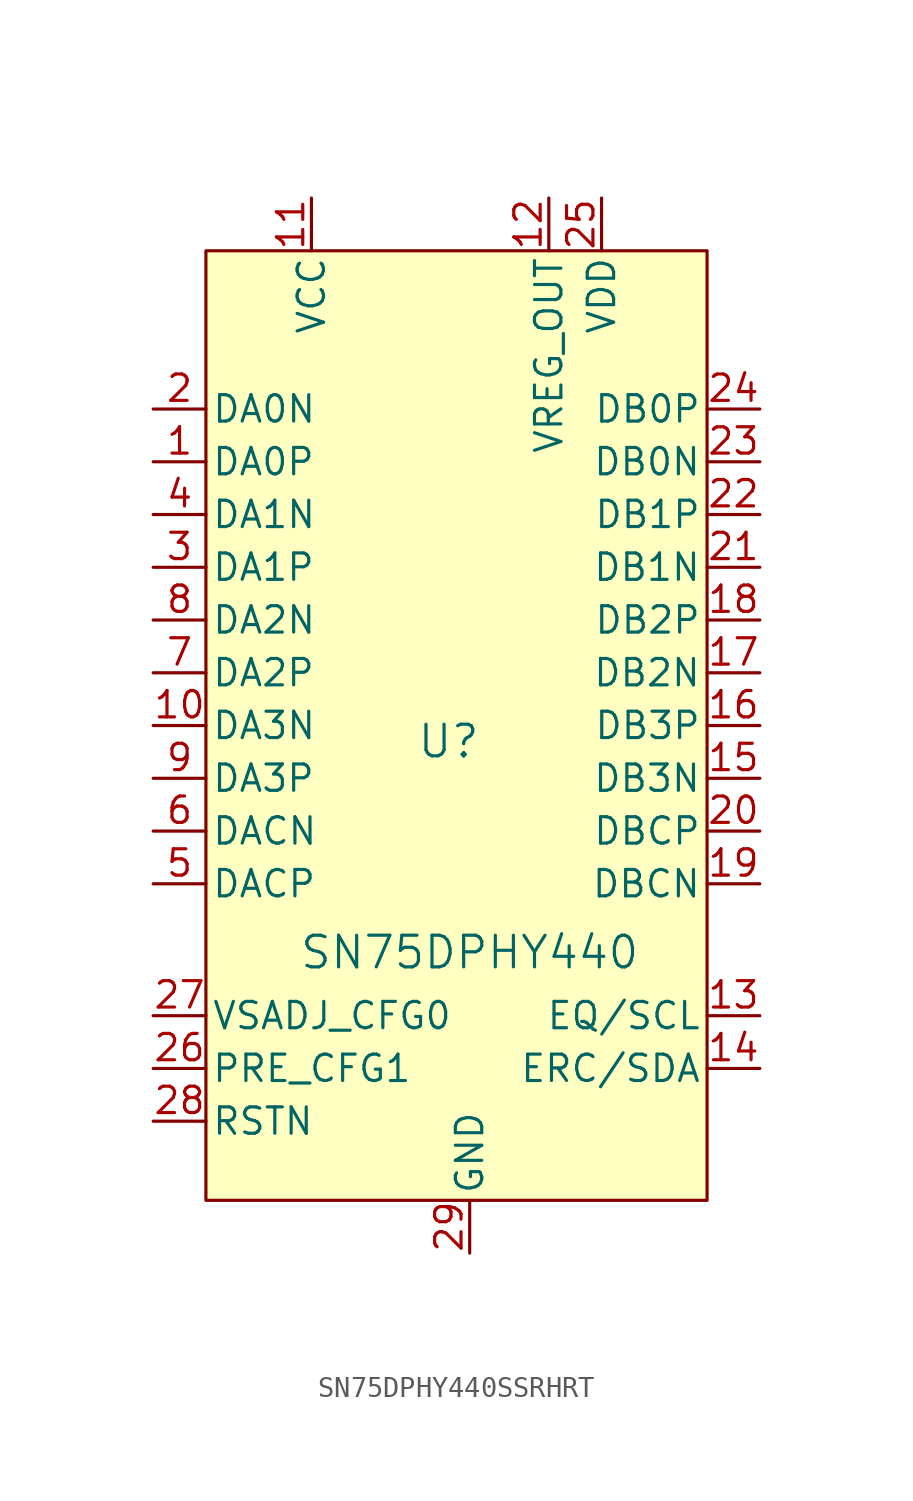
<source format=kicad_sym>
(kicad_symbol_lib
  (version 20241209)
  (generator "kicad_symbol_editor")
  (generator_version "9.0")
  (symbol "SN75DPHY440SSRHRT"
    (pin_names
      (offset 0.254))
    (property "Reference" "U"
      (at 20.574 -18.542 0)
      (effects (font (size 1.524 1.524))))
    (property "Value" "SN75DPHY440"
      (at 21.59 -28.702 0)
      (effects (font (size 1.524 1.524))))
    (symbol "SN75DPHY440SSRHRT_0_1"
      (pin bidirectional line (at 6.35 -2.54 0) (length 2.54) (name "DA0N" (effects (font (size 1.27 1.27)))) (number "2" (effects (font (size 1.27 1.27)))))
      (pin bidirectional line (at 6.35 -5.08 0) (length 2.54) (name "DA0P" (effects (font (size 1.27 1.27)))) (number "1" (effects (font (size 1.27 1.27)))))
      (pin bidirectional line (at 6.35 -7.62 0) (length 2.54) (name "DA1N" (effects (font (size 1.27 1.27)))) (number "4" (effects (font (size 1.27 1.27)))))
      (pin bidirectional line (at 6.35 -10.16 0) (length 2.54) (name "DA1P" (effects (font (size 1.27 1.27)))) (number "3" (effects (font (size 1.27 1.27)))))
      (pin bidirectional line (at 6.35 -12.7 0) (length 2.54) (name "DA2N" (effects (font (size 1.27 1.27)))) (number "8" (effects (font (size 1.27 1.27)))))
      (pin bidirectional line (at 6.35 -15.24 0) (length 2.54) (name "DA2P" (effects (font (size 1.27 1.27)))) (number "7" (effects (font (size 1.27 1.27)))))
      (pin bidirectional line (at 6.35 -17.78 0) (length 2.54) (name "DA3N" (effects (font (size 1.27 1.27)))) (number "10" (effects (font (size 1.27 1.27)))))
      (pin bidirectional line (at 6.35 -20.32 0) (length 2.54) (name "DA3P" (effects (font (size 1.27 1.27)))) (number "9" (effects (font (size 1.27 1.27)))))
      (pin bidirectional line (at 6.35 -22.86 0) (length 2.54) (name "DACN" (effects (font (size 1.27 1.27)))) (number "6" (effects (font (size 1.27 1.27)))))
      (pin bidirectional line (at 6.35 -25.4 0) (length 2.54) (name "DACP" (effects (font (size 1.27 1.27)))) (number "5" (effects (font (size 1.27 1.27)))))
      (pin unspecified line (at 6.35 -31.75 0) (length 2.54) (name "VSADJ_CFG0" (effects (font (size 1.27 1.27)))) (number "27" (effects (font (size 1.27 1.27)))))
      (pin unspecified line (at 6.35 -34.29 0) (length 2.54) (name "PRE_CFG1" (effects (font (size 1.27 1.27)))) (number "26" (effects (font (size 1.27 1.27)))))
      (pin unspecified line (at 6.35 -36.83 0) (length 2.54) (name "RSTN" (effects (font (size 1.27 1.27)))) (number "28" (effects (font (size 1.27 1.27)))))
      (pin power_in line (at 13.97 7.62 270) (length 2.54) (name "VCC" (effects (font (size 1.27 1.27)))) (number "11" (effects (font (size 1.27 1.27)))))
      (pin output line (at 25.4 7.62 270) (length 2.54) (name "VREG_OUT" (effects (font (size 1.27 1.27)))) (number "12" (effects (font (size 1.27 1.27)))))
      (pin power_in line (at 27.94 7.62 270) (length 2.54) (name "VDD" (effects (font (size 1.27 1.27)))) (number "25" (effects (font (size 1.27 1.27)))))
      (pin bidirectional line (at 35.56 -2.54 180) (length 2.54) (name "DB0P" (effects (font (size 1.27 1.27)))) (number "24" (effects (font (size 1.27 1.27)))))
      (pin bidirectional line (at 35.56 -5.08 180) (length 2.54) (name "DB0N" (effects (font (size 1.27 1.27)))) (number "23" (effects (font (size 1.27 1.27)))))
      (pin bidirectional line (at 35.56 -7.62 180) (length 2.54) (name "DB1P" (effects (font (size 1.27 1.27)))) (number "22" (effects (font (size 1.27 1.27)))))
      (pin bidirectional line (at 35.56 -10.16 180) (length 2.54) (name "DB1N" (effects (font (size 1.27 1.27)))) (number "21" (effects (font (size 1.27 1.27)))))
      (pin bidirectional line (at 35.56 -12.7 180) (length 2.54) (name "DB2P" (effects (font (size 1.27 1.27)))) (number "18" (effects (font (size 1.27 1.27)))))
      (pin bidirectional line (at 35.56 -15.24 180) (length 2.54) (name "DB2N" (effects (font (size 1.27 1.27)))) (number "17" (effects (font (size 1.27 1.27)))))
      (pin bidirectional line (at 35.56 -17.78 180) (length 2.54) (name "DB3P" (effects (font (size 1.27 1.27)))) (number "16" (effects (font (size 1.27 1.27)))))
      (pin bidirectional line (at 35.56 -20.32 180) (length 2.54) (name "DB3N" (effects (font (size 1.27 1.27)))) (number "15" (effects (font (size 1.27 1.27)))))
      (pin bidirectional line (at 35.56 -22.86 180) (length 2.54) (name "DBCP" (effects (font (size 1.27 1.27)))) (number "20" (effects (font (size 1.27 1.27)))))
      (pin bidirectional line (at 35.56 -25.4 180) (length 2.54) (name "DBCN" (effects (font (size 1.27 1.27)))) (number "19" (effects (font (size 1.27 1.27)))))
      (pin bidirectional line (at 35.56 -31.75 180) (length 2.54) (name "EQ/SCL" (effects (font (size 1.27 1.27)))) (number "13" (effects (font (size 1.27 1.27)))))
      (pin bidirectional line (at 35.56 -34.29 180) (length 2.54) (name "ERC/SDA" (effects (font (size 1.27 1.27)))) (number "14" (effects (font (size 1.27 1.27))))))
    (symbol "SN75DPHY440SSRHRT_1_1"
      (rectangle (start 8.89 5.08) (end 33.02 -40.64) (stroke (width 0) (type solid)) (fill (type background)))
      (pin power_in line (at 21.59 -43.18 90) (length 2.54) (name "GND" (effects (font (size 1.27 1.27)))) (number "29" (effects (font (size 1.27 1.27))))))))
</source>
